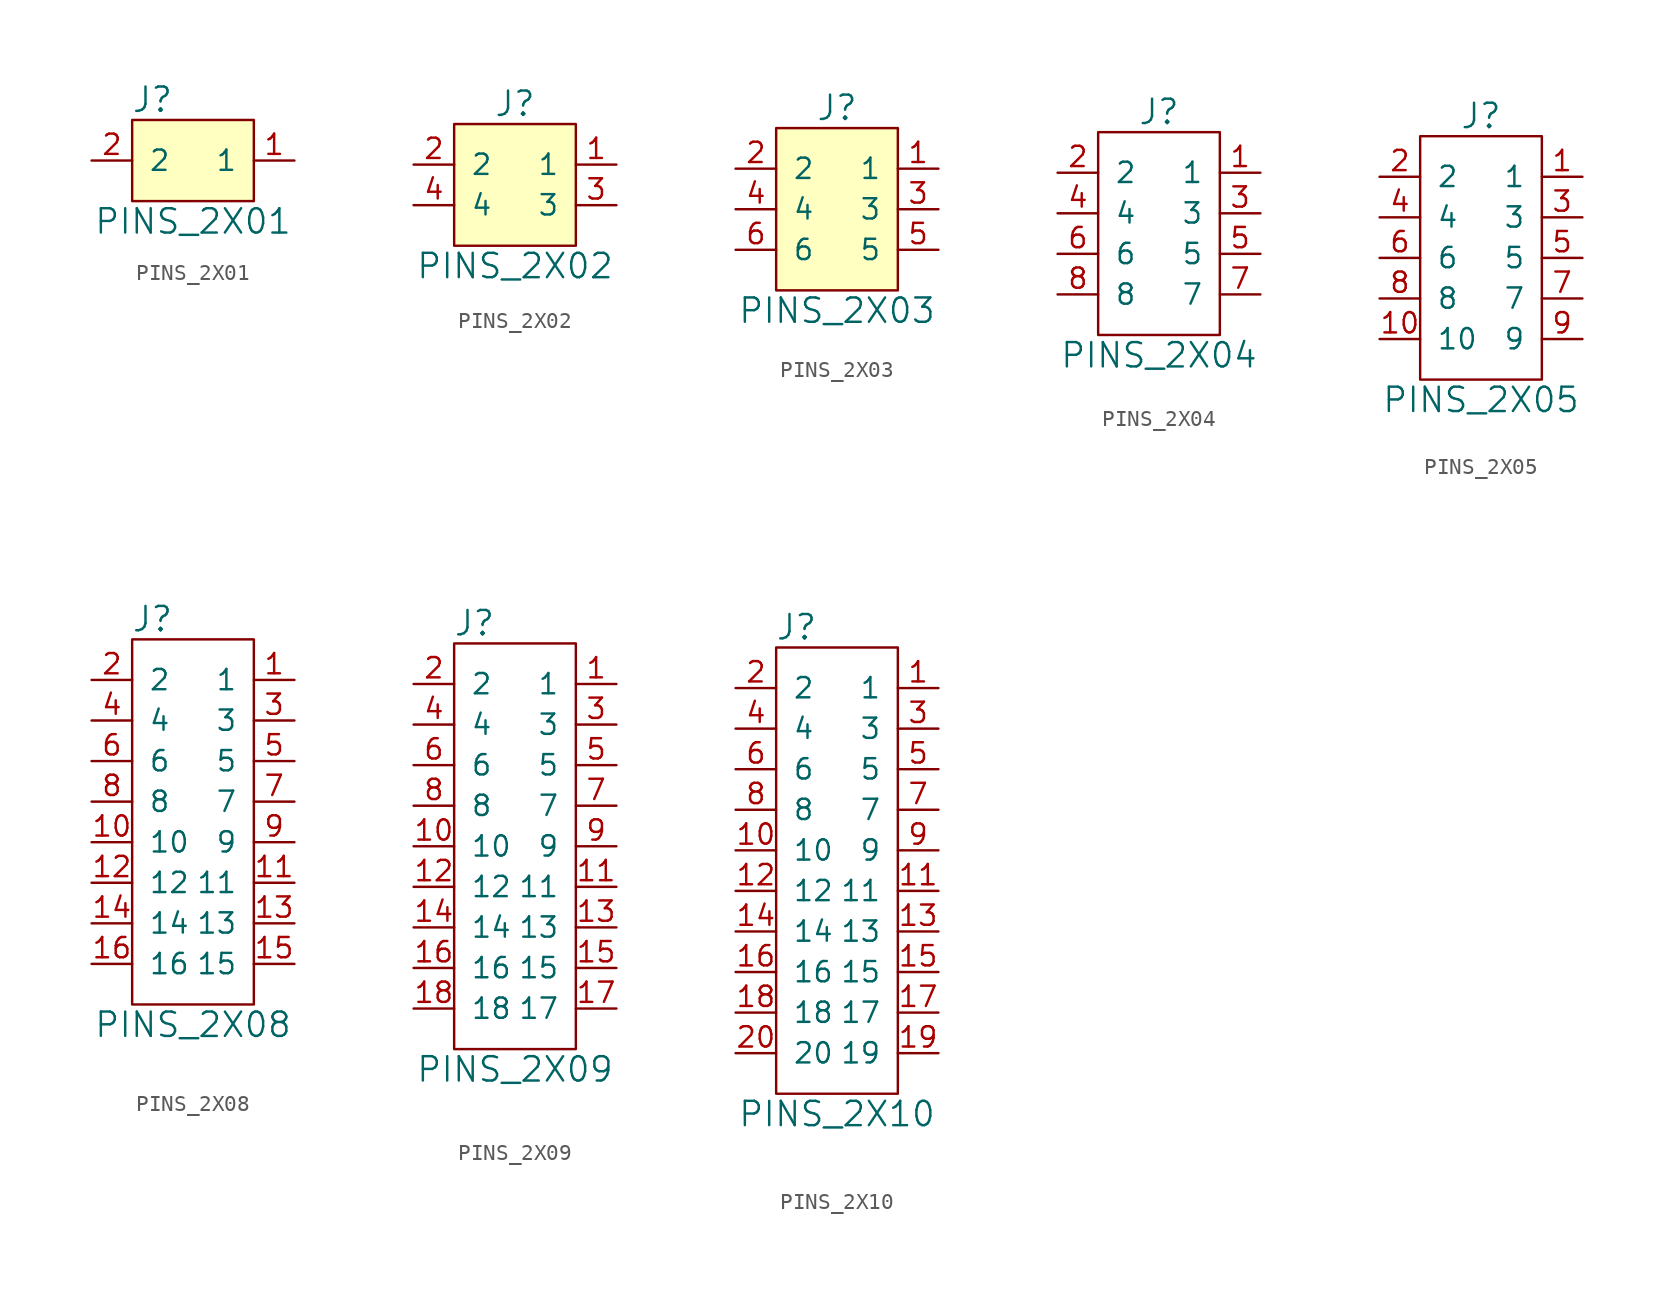
<source format=kicad_sym>
(kicad_symbol_lib
  (version 20241209)
  (generator "kicad_symbol_editor")
  (generator_version "9.0")
  (symbol "PINS_2X01"
    (pin_names
      (offset 1.016))
    (property "Reference" "J"
      (at -2.54 3.81 0)
      (effects (font (size 1.524 1.524))))
    (property "Value" "PINS_2X01"
      (at 0 -3.81 0)
      (effects (font (size 1.524 1.524))))
    (symbol "PINS_2X01_1_1"
      (rectangle (start -3.81 2.54) (end 3.81 -2.54) (stroke (width 0) (type default)) (fill (type background)))
      (pin passive line (at -6.35 0 0) (length 2.54) (name "2" (effects (font (size 1.27 1.27)))) (number "2" (effects (font (size 1.27 1.27)))))
      (pin passive line (at 6.35 0 180) (length 2.54) (name "1" (effects (font (size 1.27 1.27)))) (number "1" (effects (font (size 1.27 1.27)))))))
  (symbol "PINS_2X02"
    (pin_names
      (offset 1.016))
    (property "Reference" "J"
      (at 0 5.08 0)
      (effects (font (size 1.524 1.524))))
    (property "Value" "PINS_2X02"
      (at 0 -5.08 0)
      (effects (font (size 1.524 1.524))))
    (symbol "PINS_2X02_1_1"
      (rectangle (start -3.81 3.81) (end 3.81 -3.81) (stroke (width 0) (type default)) (fill (type background)))
      (pin passive line (at -6.35 1.27 0) (length 2.54) (name "2" (effects (font (size 1.27 1.27)))) (number "2" (effects (font (size 1.27 1.27)))))
      (pin passive line (at -6.35 -1.27 0) (length 2.54) (name "4" (effects (font (size 1.27 1.27)))) (number "4" (effects (font (size 1.27 1.27)))))
      (pin passive line (at 6.35 1.27 180) (length 2.54) (name "1" (effects (font (size 1.27 1.27)))) (number "1" (effects (font (size 1.27 1.27)))))
      (pin passive line (at 6.35 -1.27 180) (length 2.54) (name "3" (effects (font (size 1.27 1.27)))) (number "3" (effects (font (size 1.27 1.27)))))))
  (symbol "PINS_2X03"
    (pin_names
      (offset 1.016))
    (property "Reference" "J"
      (at 0 6.35 0)
      (effects (font (size 1.524 1.524))))
    (property "Value" "PINS_2X03"
      (at 0 -6.35 0)
      (effects (font (size 1.524 1.524))))
    (symbol "PINS_2X03_1_1"
      (rectangle (start -3.81 5.08) (end 3.81 -5.08) (stroke (width 0) (type default)) (fill (type background)))
      (pin passive line (at -6.35 2.54 0) (length 2.54) (name "2" (effects (font (size 1.27 1.27)))) (number "2" (effects (font (size 1.27 1.27)))))
      (pin passive line (at -6.35 0 0) (length 2.54) (name "4" (effects (font (size 1.27 1.27)))) (number "4" (effects (font (size 1.27 1.27)))))
      (pin passive line (at -6.35 -2.54 0) (length 2.54) (name "6" (effects (font (size 1.27 1.27)))) (number "6" (effects (font (size 1.27 1.27)))))
      (pin passive line (at 6.35 2.54 180) (length 2.54) (name "1" (effects (font (size 1.27 1.27)))) (number "1" (effects (font (size 1.27 1.27)))))
      (pin passive line (at 6.35 0 180) (length 2.54) (name "3" (effects (font (size 1.27 1.27)))) (number "3" (effects (font (size 1.27 1.27)))))
      (pin passive line (at 6.35 -2.54 180) (length 2.54) (name "5" (effects (font (size 1.27 1.27)))) (number "5" (effects (font (size 1.27 1.27)))))))
  (symbol "PINS_2X04"
    (pin_names
      (offset 1.016))
    (property "Reference" "J"
      (at 0 7.62 0)
      (effects (font (size 1.524 1.524))))
    (property "Value" "PINS_2X04"
      (at 0 -7.62 0)
      (effects (font (size 1.524 1.524))))
    (symbol "PINS_2X04_0_1"
      (rectangle (start -3.81 6.35) (end 3.81 -6.35) (stroke (width 0) (type default)) (fill (type none))))
    (symbol "PINS_2X04_1_1"
      (pin unspecified line (at -6.35 3.81 0) (length 2.54) (name "2" (effects (font (size 1.27 1.27)))) (number "2" (effects (font (size 1.27 1.27)))))
      (pin input line (at -6.35 1.27 0) (length 2.54) (name "4" (effects (font (size 1.27 1.27)))) (number "4" (effects (font (size 1.27 1.27)))))
      (pin input line (at -6.35 -1.27 0) (length 2.54) (name "6" (effects (font (size 1.27 1.27)))) (number "6" (effects (font (size 1.27 1.27)))))
      (pin input line (at -6.35 -3.81 0) (length 2.54) (name "8" (effects (font (size 1.27 1.27)))) (number "8" (effects (font (size 1.27 1.27)))))
      (pin unspecified line (at 6.35 3.81 180) (length 2.54) (name "1" (effects (font (size 1.27 1.27)))) (number "1" (effects (font (size 1.27 1.27)))))
      (pin input line (at 6.35 1.27 180) (length 2.54) (name "3" (effects (font (size 1.27 1.27)))) (number "3" (effects (font (size 1.27 1.27)))))
      (pin input line (at 6.35 -1.27 180) (length 2.54) (name "5" (effects (font (size 1.27 1.27)))) (number "5" (effects (font (size 1.27 1.27)))))
      (pin input line (at 6.35 -3.81 180) (length 2.54) (name "7" (effects (font (size 1.27 1.27)))) (number "7" (effects (font (size 1.27 1.27)))))))
  (symbol "PINS_2X05"
    (pin_names
      (offset 1.016))
    (property "Reference" "J"
      (at 0 8.89 0)
      (effects (font (size 1.524 1.524))))
    (property "Value" "PINS_2X05"
      (at 0 -8.89 0)
      (effects (font (size 1.524 1.524))))
    (symbol "PINS_2X05_0_1"
      (rectangle (start -3.81 7.62) (end 3.81 -7.62) (stroke (width 0) (type default)) (fill (type none))))
    (symbol "PINS_2X05_1_1"
      (pin unspecified line (at -6.35 5.08 0) (length 2.54) (name "2" (effects (font (size 1.27 1.27)))) (number "2" (effects (font (size 1.27 1.27)))))
      (pin input line (at -6.35 2.54 0) (length 2.54) (name "4" (effects (font (size 1.27 1.27)))) (number "4" (effects (font (size 1.27 1.27)))))
      (pin input line (at -6.35 0 0) (length 2.54) (name "6" (effects (font (size 1.27 1.27)))) (number "6" (effects (font (size 1.27 1.27)))))
      (pin input line (at -6.35 -2.54 0) (length 2.54) (name "8" (effects (font (size 1.27 1.27)))) (number "8" (effects (font (size 1.27 1.27)))))
      (pin input line (at -6.35 -5.08 0) (length 2.54) (name "10" (effects (font (size 1.27 1.27)))) (number "10" (effects (font (size 1.27 1.27)))))
      (pin unspecified line (at 6.35 5.08 180) (length 2.54) (name "1" (effects (font (size 1.27 1.27)))) (number "1" (effects (font (size 1.27 1.27)))))
      (pin input line (at 6.35 2.54 180) (length 2.54) (name "3" (effects (font (size 1.27 1.27)))) (number "3" (effects (font (size 1.27 1.27)))))
      (pin input line (at 6.35 0 180) (length 2.54) (name "5" (effects (font (size 1.27 1.27)))) (number "5" (effects (font (size 1.27 1.27)))))
      (pin input line (at 6.35 -2.54 180) (length 2.54) (name "7" (effects (font (size 1.27 1.27)))) (number "7" (effects (font (size 1.27 1.27)))))
      (pin input line (at 6.35 -5.08 180) (length 2.54) (name "9" (effects (font (size 1.27 1.27)))) (number "9" (effects (font (size 1.27 1.27)))))))
  (symbol "PINS_2X08"
    (pin_names
      (offset 1.016))
    (property "Reference" "J"
      (at -2.54 12.7 0)
      (effects (font (size 1.524 1.524))))
    (property "Value" "PINS_2X08"
      (at 0 -12.7 0)
      (effects (font (size 1.524 1.524))))
    (symbol "PINS_2X08_0_1"
      (rectangle (start -3.81 11.43) (end 3.81 -11.43) (stroke (width 0) (type default)) (fill (type none))))
    (symbol "PINS_2X08_1_1"
      (pin unspecified line (at -6.35 8.89 0) (length 2.54) (name "2" (effects (font (size 1.27 1.27)))) (number "2" (effects (font (size 1.27 1.27)))))
      (pin unspecified line (at -6.35 6.35 0) (length 2.54) (name "4" (effects (font (size 1.27 1.27)))) (number "4" (effects (font (size 1.27 1.27)))))
      (pin unspecified line (at -6.35 3.81 0) (length 2.54) (name "6" (effects (font (size 1.27 1.27)))) (number "6" (effects (font (size 1.27 1.27)))))
      (pin unspecified line (at -6.35 1.27 0) (length 2.54) (name "8" (effects (font (size 1.27 1.27)))) (number "8" (effects (font (size 1.27 1.27)))))
      (pin unspecified line (at -6.35 -1.27 0) (length 2.54) (name "10" (effects (font (size 1.27 1.27)))) (number "10" (effects (font (size 1.27 1.27)))))
      (pin unspecified line (at -6.35 -3.81 0) (length 2.54) (name "12" (effects (font (size 1.27 1.27)))) (number "12" (effects (font (size 1.27 1.27)))))
      (pin unspecified line (at -6.35 -6.35 0) (length 2.54) (name "14" (effects (font (size 1.27 1.27)))) (number "14" (effects (font (size 1.27 1.27)))))
      (pin unspecified line (at -6.35 -8.89 0) (length 2.54) (name "16" (effects (font (size 1.27 1.27)))) (number "16" (effects (font (size 1.27 1.27)))))
      (pin unspecified line (at 6.35 8.89 180) (length 2.54) (name "1" (effects (font (size 1.27 1.27)))) (number "1" (effects (font (size 1.27 1.27)))))
      (pin unspecified line (at 6.35 6.35 180) (length 2.54) (name "3" (effects (font (size 1.27 1.27)))) (number "3" (effects (font (size 1.27 1.27)))))
      (pin unspecified line (at 6.35 3.81 180) (length 2.54) (name "5" (effects (font (size 1.27 1.27)))) (number "5" (effects (font (size 1.27 1.27)))))
      (pin unspecified line (at 6.35 1.27 180) (length 2.54) (name "7" (effects (font (size 1.27 1.27)))) (number "7" (effects (font (size 1.27 1.27)))))
      (pin unspecified line (at 6.35 -1.27 180) (length 2.54) (name "9" (effects (font (size 1.27 1.27)))) (number "9" (effects (font (size 1.27 1.27)))))
      (pin unspecified line (at 6.35 -3.81 180) (length 2.54) (name "11" (effects (font (size 1.27 1.27)))) (number "11" (effects (font (size 1.27 1.27)))))
      (pin unspecified line (at 6.35 -6.35 180) (length 2.54) (name "13" (effects (font (size 1.27 1.27)))) (number "13" (effects (font (size 1.27 1.27)))))
      (pin unspecified line (at 6.35 -8.89 180) (length 2.54) (name "15" (effects (font (size 1.27 1.27)))) (number "15" (effects (font (size 1.27 1.27)))))))
  (symbol "PINS_2X09"
    (pin_names
      (offset 1.016))
    (property "Reference" "J"
      (at -2.54 13.97 0)
      (effects (font (size 1.524 1.524))))
    (property "Value" "PINS_2X09"
      (at 0 -13.97 0)
      (effects (font (size 1.524 1.524))))
    (symbol "PINS_2X09_0_1"
      (rectangle (start -3.81 12.7) (end 3.81 -12.7) (stroke (width 0) (type default)) (fill (type none))))
    (symbol "PINS_2X09_1_1"
      (pin unspecified line (at -6.35 10.16 0) (length 2.54) (name "2" (effects (font (size 1.27 1.27)))) (number "2" (effects (font (size 1.27 1.27)))))
      (pin unspecified line (at -6.35 7.62 0) (length 2.54) (name "4" (effects (font (size 1.27 1.27)))) (number "4" (effects (font (size 1.27 1.27)))))
      (pin unspecified line (at -6.35 5.08 0) (length 2.54) (name "6" (effects (font (size 1.27 1.27)))) (number "6" (effects (font (size 1.27 1.27)))))
      (pin unspecified line (at -6.35 2.54 0) (length 2.54) (name "8" (effects (font (size 1.27 1.27)))) (number "8" (effects (font (size 1.27 1.27)))))
      (pin unspecified line (at -6.35 0 0) (length 2.54) (name "10" (effects (font (size 1.27 1.27)))) (number "10" (effects (font (size 1.27 1.27)))))
      (pin unspecified line (at -6.35 -2.54 0) (length 2.54) (name "12" (effects (font (size 1.27 1.27)))) (number "12" (effects (font (size 1.27 1.27)))))
      (pin unspecified line (at -6.35 -5.08 0) (length 2.54) (name "14" (effects (font (size 1.27 1.27)))) (number "14" (effects (font (size 1.27 1.27)))))
      (pin unspecified line (at -6.35 -7.62 0) (length 2.54) (name "16" (effects (font (size 1.27 1.27)))) (number "16" (effects (font (size 1.27 1.27)))))
      (pin unspecified line (at -6.35 -10.16 0) (length 2.54) (name "18" (effects (font (size 1.27 1.27)))) (number "18" (effects (font (size 1.27 1.27)))))
      (pin unspecified line (at 6.35 10.16 180) (length 2.54) (name "1" (effects (font (size 1.27 1.27)))) (number "1" (effects (font (size 1.27 1.27)))))
      (pin unspecified line (at 6.35 7.62 180) (length 2.54) (name "3" (effects (font (size 1.27 1.27)))) (number "3" (effects (font (size 1.27 1.27)))))
      (pin unspecified line (at 6.35 5.08 180) (length 2.54) (name "5" (effects (font (size 1.27 1.27)))) (number "5" (effects (font (size 1.27 1.27)))))
      (pin unspecified line (at 6.35 2.54 180) (length 2.54) (name "7" (effects (font (size 1.27 1.27)))) (number "7" (effects (font (size 1.27 1.27)))))
      (pin unspecified line (at 6.35 0 180) (length 2.54) (name "9" (effects (font (size 1.27 1.27)))) (number "9" (effects (font (size 1.27 1.27)))))
      (pin unspecified line (at 6.35 -2.54 180) (length 2.54) (name "11" (effects (font (size 1.27 1.27)))) (number "11" (effects (font (size 1.27 1.27)))))
      (pin unspecified line (at 6.35 -5.08 180) (length 2.54) (name "13" (effects (font (size 1.27 1.27)))) (number "13" (effects (font (size 1.27 1.27)))))
      (pin unspecified line (at 6.35 -7.62 180) (length 2.54) (name "15" (effects (font (size 1.27 1.27)))) (number "15" (effects (font (size 1.27 1.27)))))
      (pin unspecified line (at 6.35 -10.16 180) (length 2.54) (name "17" (effects (font (size 1.27 1.27)))) (number "17" (effects (font (size 1.27 1.27)))))))
  (symbol "PINS_2X10"
    (pin_names
      (offset 1.016))
    (property "Reference" "J"
      (at -2.54 15.24 0)
      (effects (font (size 1.524 1.524))))
    (property "Value" "PINS_2X10"
      (at 0 -15.24 0)
      (effects (font (size 1.524 1.524))))
    (symbol "PINS_2X10_0_1"
      (rectangle (start -3.81 13.97) (end 3.81 -13.97) (stroke (width 0) (type default)) (fill (type none))))
    (symbol "PINS_2X10_1_1"
      (pin unspecified line (at -6.35 11.43 0) (length 2.54) (name "2" (effects (font (size 1.27 1.27)))) (number "2" (effects (font (size 1.27 1.27)))))
      (pin unspecified line (at -6.35 8.89 0) (length 2.54) (name "4" (effects (font (size 1.27 1.27)))) (number "4" (effects (font (size 1.27 1.27)))))
      (pin unspecified line (at -6.35 6.35 0) (length 2.54) (name "6" (effects (font (size 1.27 1.27)))) (number "6" (effects (font (size 1.27 1.27)))))
      (pin unspecified line (at -6.35 3.81 0) (length 2.54) (name "8" (effects (font (size 1.27 1.27)))) (number "8" (effects (font (size 1.27 1.27)))))
      (pin unspecified line (at -6.35 1.27 0) (length 2.54) (name "10" (effects (font (size 1.27 1.27)))) (number "10" (effects (font (size 1.27 1.27)))))
      (pin unspecified line (at -6.35 -1.27 0) (length 2.54) (name "12" (effects (font (size 1.27 1.27)))) (number "12" (effects (font (size 1.27 1.27)))))
      (pin unspecified line (at -6.35 -3.81 0) (length 2.54) (name "14" (effects (font (size 1.27 1.27)))) (number "14" (effects (font (size 1.27 1.27)))))
      (pin unspecified line (at -6.35 -6.35 0) (length 2.54) (name "16" (effects (font (size 1.27 1.27)))) (number "16" (effects (font (size 1.27 1.27)))))
      (pin unspecified line (at -6.35 -8.89 0) (length 2.54) (name "18" (effects (font (size 1.27 1.27)))) (number "18" (effects (font (size 1.27 1.27)))))
      (pin unspecified line (at -6.35 -11.43 0) (length 2.54) (name "20" (effects (font (size 1.27 1.27)))) (number "20" (effects (font (size 1.27 1.27)))))
      (pin unspecified line (at 6.35 11.43 180) (length 2.54) (name "1" (effects (font (size 1.27 1.27)))) (number "1" (effects (font (size 1.27 1.27)))))
      (pin unspecified line (at 6.35 8.89 180) (length 2.54) (name "3" (effects (font (size 1.27 1.27)))) (number "3" (effects (font (size 1.27 1.27)))))
      (pin unspecified line (at 6.35 6.35 180) (length 2.54) (name "5" (effects (font (size 1.27 1.27)))) (number "5" (effects (font (size 1.27 1.27)))))
      (pin unspecified line (at 6.35 3.81 180) (length 2.54) (name "7" (effects (font (size 1.27 1.27)))) (number "7" (effects (font (size 1.27 1.27)))))
      (pin unspecified line (at 6.35 1.27 180) (length 2.54) (name "9" (effects (font (size 1.27 1.27)))) (number "9" (effects (font (size 1.27 1.27)))))
      (pin unspecified line (at 6.35 -1.27 180) (length 2.54) (name "11" (effects (font (size 1.27 1.27)))) (number "11" (effects (font (size 1.27 1.27)))))
      (pin unspecified line (at 6.35 -3.81 180) (length 2.54) (name "13" (effects (font (size 1.27 1.27)))) (number "13" (effects (font (size 1.27 1.27)))))
      (pin unspecified line (at 6.35 -6.35 180) (length 2.54) (name "15" (effects (font (size 1.27 1.27)))) (number "15" (effects (font (size 1.27 1.27)))))
      (pin unspecified line (at 6.35 -8.89 180) (length 2.54) (name "17" (effects (font (size 1.27 1.27)))) (number "17" (effects (font (size 1.27 1.27)))))
      (pin unspecified line (at 6.35 -11.43 180) (length 2.54) (name "19" (effects (font (size 1.27 1.27)))) (number "19" (effects (font (size 1.27 1.27))))))))
</source>
